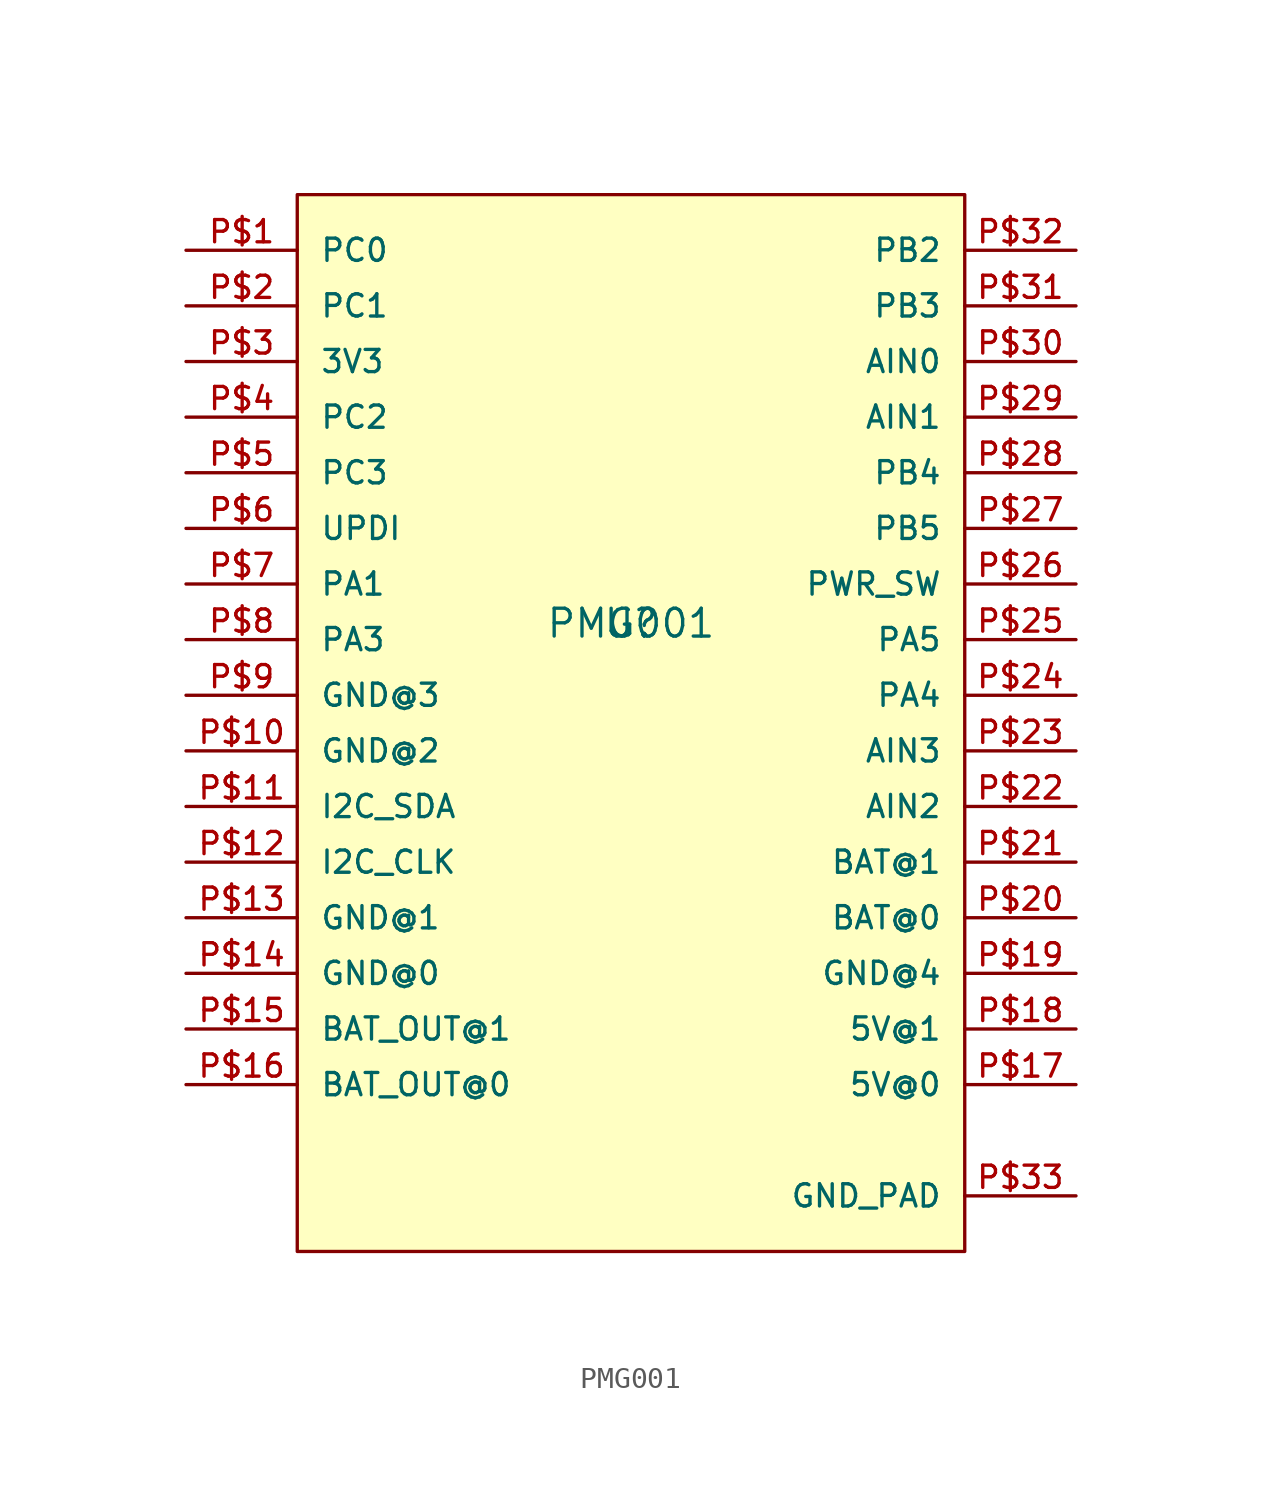
<source format=kicad_sym>
(kicad_symbol_lib
  (version 20211014)
  (generator kicad_symbol_editor)
  (symbol "PMG001"
    (pin_names
      (offset 1.016))
    (property "Reference" "U"
      (at 0 0 0)
      (effects (font (size 1.27 1.27)) (justify bottom)))
    (property "Value" "PMG001"
      (at 0 0.0 0)
      (effects (font (size 1.27 1.27)) (justify bottom)))
    (symbol "PMG001_0_0"
      (rectangle (start -15.24 -27.94) (end 15.24 20.32) (stroke (width 0.152)) (fill (type background)))
      (pin bidirectional line (at -20.32 -20.32 0) (length 5.08) (name "BAT_OUT@0" (effects (font (size 1.016 1.016)))) (number "P$16" (effects (font (size 1.016 1.016)))))
      (pin bidirectional line (at -20.32 -17.78 0) (length 5.08) (name "BAT_OUT@1" (effects (font (size 1.016 1.016)))) (number "P$15" (effects (font (size 1.016 1.016)))))
      (pin bidirectional line (at -20.32 -15.24 0) (length 5.08) (name "GND@0" (effects (font (size 1.016 1.016)))) (number "P$14" (effects (font (size 1.016 1.016)))))
      (pin bidirectional line (at -20.32 -12.7 0) (length 5.08) (name "GND@1" (effects (font (size 1.016 1.016)))) (number "P$13" (effects (font (size 1.016 1.016)))))
      (pin bidirectional line (at -20.32 -10.16 0) (length 5.08) (name "I2C_CLK" (effects (font (size 1.016 1.016)))) (number "P$12" (effects (font (size 1.016 1.016)))))
      (pin bidirectional line (at -20.32 -7.62 0) (length 5.08) (name "I2C_SDA" (effects (font (size 1.016 1.016)))) (number "P$11" (effects (font (size 1.016 1.016)))))
      (pin bidirectional line (at -20.32 -5.08 0) (length 5.08) (name "GND@2" (effects (font (size 1.016 1.016)))) (number "P$10" (effects (font (size 1.016 1.016)))))
      (pin bidirectional line (at -20.32 -2.54 0) (length 5.08) (name "GND@3" (effects (font (size 1.016 1.016)))) (number "P$9" (effects (font (size 1.016 1.016)))))
      (pin bidirectional line (at -20.32 0.0 0) (length 5.08) (name "PA3" (effects (font (size 1.016 1.016)))) (number "P$8" (effects (font (size 1.016 1.016)))))
      (pin bidirectional line (at -20.32 2.54 0) (length 5.08) (name "PA1" (effects (font (size 1.016 1.016)))) (number "P$7" (effects (font (size 1.016 1.016)))))
      (pin bidirectional line (at -20.32 5.08 0) (length 5.08) (name "UPDI" (effects (font (size 1.016 1.016)))) (number "P$6" (effects (font (size 1.016 1.016)))))
      (pin bidirectional line (at -20.32 7.62 0) (length 5.08) (name "PC3" (effects (font (size 1.016 1.016)))) (number "P$5" (effects (font (size 1.016 1.016)))))
      (pin bidirectional line (at -20.32 10.16 0) (length 5.08) (name "PC2" (effects (font (size 1.016 1.016)))) (number "P$4" (effects (font (size 1.016 1.016)))))
      (pin bidirectional line (at -20.32 12.7 0) (length 5.08) (name "3V3" (effects (font (size 1.016 1.016)))) (number "P$3" (effects (font (size 1.016 1.016)))))
      (pin bidirectional line (at -20.32 15.24 0) (length 5.08) (name "PC1" (effects (font (size 1.016 1.016)))) (number "P$2" (effects (font (size 1.016 1.016)))))
      (pin bidirectional line (at -20.32 17.78 0) (length 5.08) (name "PC0" (effects (font (size 1.016 1.016)))) (number "P$1" (effects (font (size 1.016 1.016)))))
      (pin bidirectional line (at 20.32 -20.32 180.0) (length 5.08) (name "5V@0" (effects (font (size 1.016 1.016)))) (number "P$17" (effects (font (size 1.016 1.016)))))
      (pin bidirectional line (at 20.32 -17.78 180.0) (length 5.08) (name "5V@1" (effects (font (size 1.016 1.016)))) (number "P$18" (effects (font (size 1.016 1.016)))))
      (pin bidirectional line (at 20.32 -15.24 180.0) (length 5.08) (name "GND@4" (effects (font (size 1.016 1.016)))) (number "P$19" (effects (font (size 1.016 1.016)))))
      (pin bidirectional line (at 20.32 -12.7 180.0) (length 5.08) (name "BAT@0" (effects (font (size 1.016 1.016)))) (number "P$20" (effects (font (size 1.016 1.016)))))
      (pin bidirectional line (at 20.32 -10.16 180.0) (length 5.08) (name "BAT@1" (effects (font (size 1.016 1.016)))) (number "P$21" (effects (font (size 1.016 1.016)))))
      (pin bidirectional line (at 20.32 -7.62 180.0) (length 5.08) (name "AIN2" (effects (font (size 1.016 1.016)))) (number "P$22" (effects (font (size 1.016 1.016)))))
      (pin bidirectional line (at 20.32 -5.08 180.0) (length 5.08) (name "AIN3" (effects (font (size 1.016 1.016)))) (number "P$23" (effects (font (size 1.016 1.016)))))
      (pin bidirectional line (at 20.32 -2.54 180.0) (length 5.08) (name "PA4" (effects (font (size 1.016 1.016)))) (number "P$24" (effects (font (size 1.016 1.016)))))
      (pin bidirectional line (at 20.32 0.0 180.0) (length 5.08) (name "PA5" (effects (font (size 1.016 1.016)))) (number "P$25" (effects (font (size 1.016 1.016)))))
      (pin bidirectional line (at 20.32 2.54 180.0) (length 5.08) (name "PWR_SW" (effects (font (size 1.016 1.016)))) (number "P$26" (effects (font (size 1.016 1.016)))))
      (pin bidirectional line (at 20.32 5.08 180.0) (length 5.08) (name "PB5" (effects (font (size 1.016 1.016)))) (number "P$27" (effects (font (size 1.016 1.016)))))
      (pin bidirectional line (at 20.32 7.62 180.0) (length 5.08) (name "PB4" (effects (font (size 1.016 1.016)))) (number "P$28" (effects (font (size 1.016 1.016)))))
      (pin bidirectional line (at 20.32 10.16 180.0) (length 5.08) (name "AIN1" (effects (font (size 1.016 1.016)))) (number "P$29" (effects (font (size 1.016 1.016)))))
      (pin bidirectional line (at 20.32 12.7 180.0) (length 5.08) (name "AIN0" (effects (font (size 1.016 1.016)))) (number "P$30" (effects (font (size 1.016 1.016)))))
      (pin bidirectional line (at 20.32 15.24 180.0) (length 5.08) (name "PB3" (effects (font (size 1.016 1.016)))) (number "P$31" (effects (font (size 1.016 1.016)))))
      (pin bidirectional line (at 20.32 17.78 180.0) (length 5.08) (name "PB2" (effects (font (size 1.016 1.016)))) (number "P$32" (effects (font (size 1.016 1.016)))))
      (pin bidirectional line (at 20.32 -25.4 180.0) (length 5.08) (name "GND_PAD" (effects (font (size 1.016 1.016)))) (number "P$33" (effects (font (size 1.016 1.016))))))))
</source>
